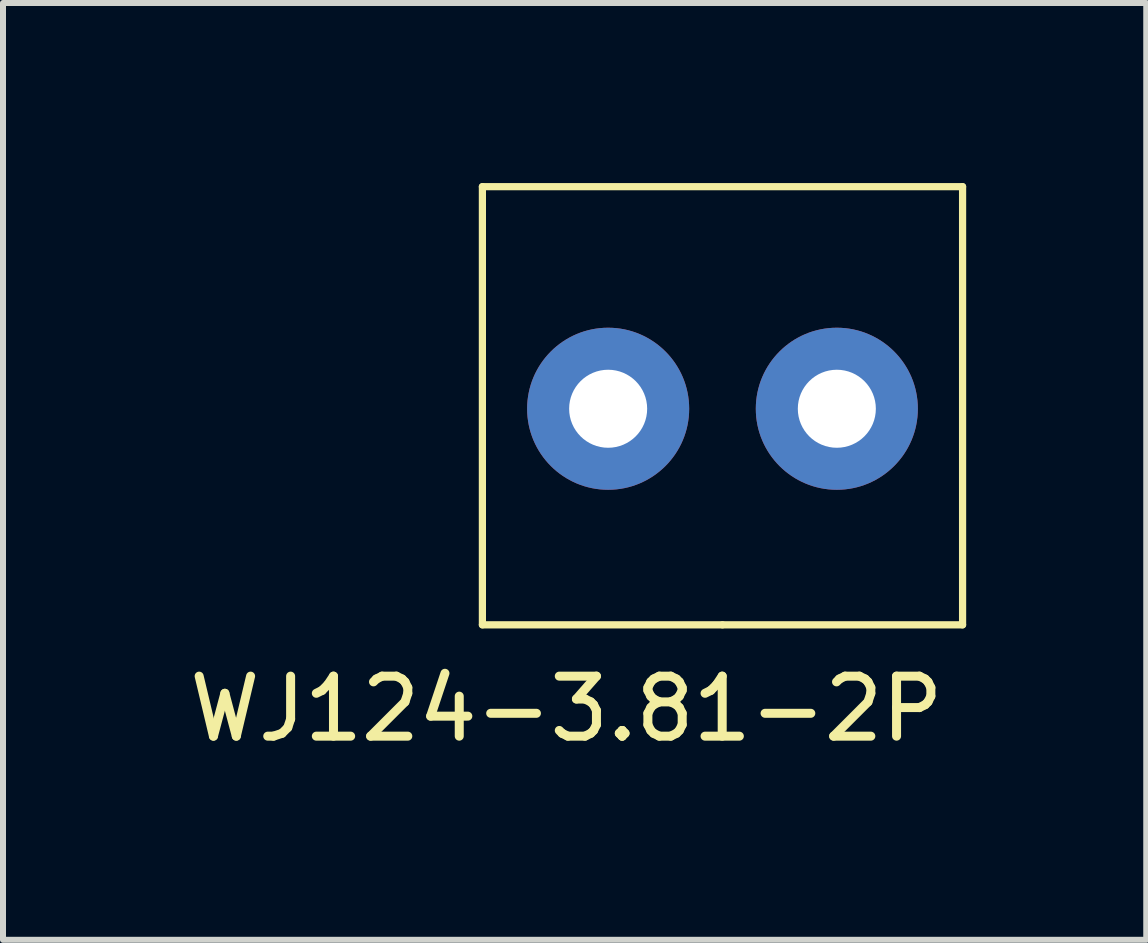
<source format=kicad_pcb>
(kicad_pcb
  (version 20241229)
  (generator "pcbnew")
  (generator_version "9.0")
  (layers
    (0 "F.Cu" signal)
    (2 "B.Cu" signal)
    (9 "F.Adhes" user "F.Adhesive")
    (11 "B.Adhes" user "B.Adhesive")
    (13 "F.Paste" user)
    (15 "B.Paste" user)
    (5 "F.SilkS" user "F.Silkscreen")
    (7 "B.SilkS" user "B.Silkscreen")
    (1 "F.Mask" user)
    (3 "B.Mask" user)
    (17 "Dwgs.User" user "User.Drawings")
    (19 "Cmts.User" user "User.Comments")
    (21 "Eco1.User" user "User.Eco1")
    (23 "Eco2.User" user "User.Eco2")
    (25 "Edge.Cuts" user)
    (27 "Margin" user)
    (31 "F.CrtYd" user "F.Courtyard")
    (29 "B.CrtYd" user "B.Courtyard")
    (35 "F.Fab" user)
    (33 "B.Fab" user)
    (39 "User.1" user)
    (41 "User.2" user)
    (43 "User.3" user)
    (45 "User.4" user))
  (footprint "WJ124-3.81-2P"
    (layer "F.Cu")
    (at 8.987 3.76)
    (property "Reference" "WJ124-3.81-2P" (at -2.6 5 0) (layer "F.SilkS") (effects (font (size 1 1) (thickness 0.15))))
    (attr through_hole)
    (fp_line (start -4 -3.7) (end 4 -3.7) (stroke (width 0.12) (type solid)) (layer "F.SilkS"))
    (fp_line (start -4 3.6) (end -4 -3.7) (stroke (width 0.12) (type solid)) (layer "F.SilkS"))
    (fp_line (start 0 3.6) (end -4 3.6) (stroke (width 0.12) (type solid)) (layer "F.SilkS"))
    (fp_line (start 0 3.6) (end 4 3.6) (stroke (width 0.12) (type solid)) (layer "F.SilkS"))
    (fp_line (start 4 3.6) (end 4 -3.7) (stroke (width 0.12) (type solid)) (layer "F.SilkS"))
    (pad "1" thru_hole circle (at -1.905 0) (size 2.7 2.7) (drill 1.3) (layers "*.Cu" "*.Mask"))
    (pad "2" thru_hole circle (at 1.905 0 180) (size 2.7 2.7) (drill 1.3) (layers "*.Cu" "*.Mask")))
  (gr_rect
    (start -3 -3)
    (end 16.047 12.608)
    (stroke (width 0.1) (type default))
    (fill no)
    (layer "Edge.Cuts")))
</source>
